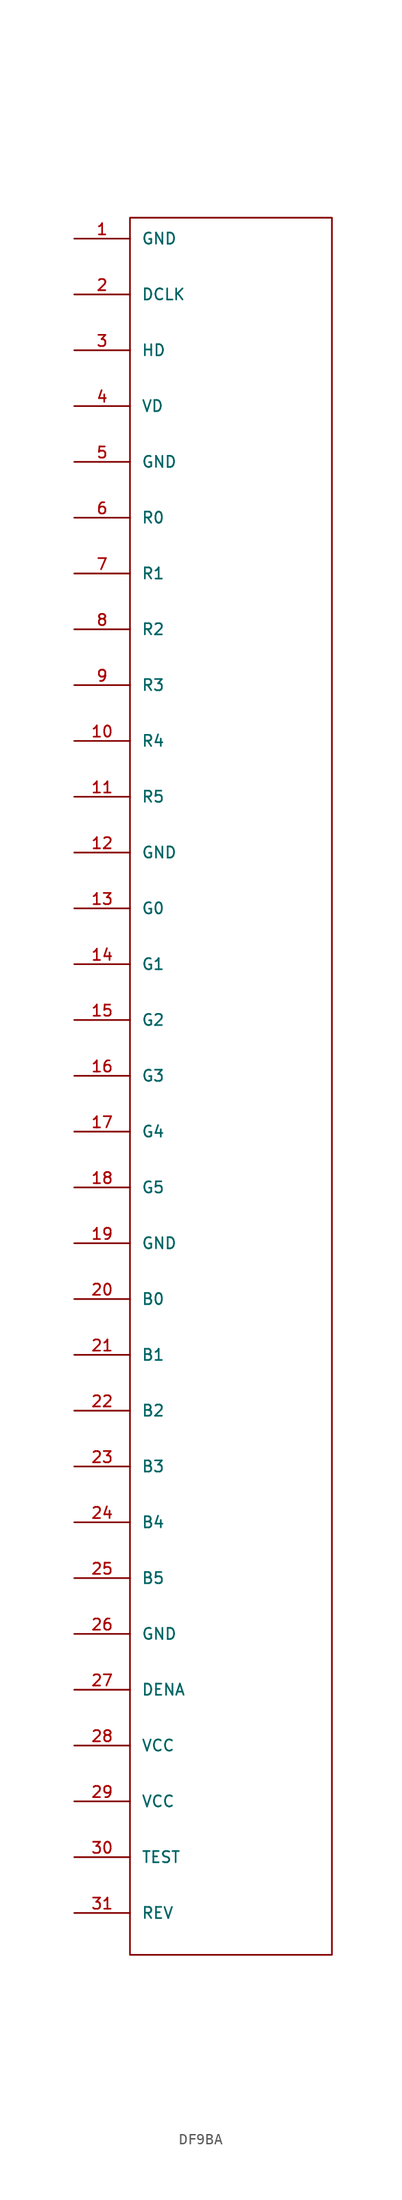
<source format=kicad_sym>
(kicad_symbol_lib
  (version 20220914)
  (generator kicad_symbol_editor)
  (symbol "DF9BA"
    (pin_names
      (offset 1.016))
    (property "Reference" "M"
      (at 8.89 -2.54 0)
      (effects (font (size 1.143 1.143)) hide))
    (symbol "DF9BA_1_1"
      (rectangle (start 0 -133.35) (end 18.415 24.765) (stroke (width 0) (type solid)) (fill (type none)))
      (pin bidirectional line (at -5.08 22.86 0) (length 5.08) (name "GND" (effects (font (size 1.016 1.016)))) (number "1" (effects (font (size 1.016 1.016)))))
      (pin bidirectional line (at -5.08 -22.86 0) (length 5.08) (name "R4" (effects (font (size 1.016 1.016)))) (number "10" (effects (font (size 1.016 1.016)))))
      (pin bidirectional line (at -5.08 -27.94 0) (length 5.08) (name "R5" (effects (font (size 1.016 1.016)))) (number "11" (effects (font (size 1.016 1.016)))))
      (pin bidirectional line (at -5.08 -33.02 0) (length 5.08) (name "GND" (effects (font (size 1.016 1.016)))) (number "12" (effects (font (size 1.016 1.016)))))
      (pin bidirectional line (at -5.08 -38.1 0) (length 5.08) (name "G0" (effects (font (size 1.016 1.016)))) (number "13" (effects (font (size 1.016 1.016)))))
      (pin bidirectional line (at -5.08 -43.18 0) (length 5.08) (name "G1" (effects (font (size 1.016 1.016)))) (number "14" (effects (font (size 1.016 1.016)))))
      (pin bidirectional line (at -5.08 -48.26 0) (length 5.08) (name "G2" (effects (font (size 1.016 1.016)))) (number "15" (effects (font (size 1.016 1.016)))))
      (pin bidirectional line (at -5.08 -53.34 0) (length 5.08) (name "G3" (effects (font (size 1.016 1.016)))) (number "16" (effects (font (size 1.016 1.016)))))
      (pin bidirectional line (at -5.08 -58.42 0) (length 5.08) (name "G4" (effects (font (size 1.016 1.016)))) (number "17" (effects (font (size 1.016 1.016)))))
      (pin bidirectional line (at -5.08 -63.5 0) (length 5.08) (name "G5" (effects (font (size 1.016 1.016)))) (number "18" (effects (font (size 1.016 1.016)))))
      (pin bidirectional line (at -5.08 -68.58 0) (length 5.08) (name "GND" (effects (font (size 1.016 1.016)))) (number "19" (effects (font (size 1.016 1.016)))))
      (pin bidirectional line (at -5.08 17.78 0) (length 5.08) (name "DCLK" (effects (font (size 1.016 1.016)))) (number "2" (effects (font (size 1.016 1.016)))))
      (pin bidirectional line (at -5.08 -73.66 0) (length 5.08) (name "B0" (effects (font (size 1.016 1.016)))) (number "20" (effects (font (size 1.016 1.016)))))
      (pin bidirectional line (at -5.08 -78.74 0) (length 5.08) (name "B1" (effects (font (size 1.016 1.016)))) (number "21" (effects (font (size 1.016 1.016)))))
      (pin bidirectional line (at -5.08 -83.82 0) (length 5.08) (name "B2" (effects (font (size 1.016 1.016)))) (number "22" (effects (font (size 1.016 1.016)))))
      (pin bidirectional line (at -5.08 -88.9 0) (length 5.08) (name "B3" (effects (font (size 1.016 1.016)))) (number "23" (effects (font (size 1.016 1.016)))))
      (pin bidirectional line (at -5.08 -93.98 0) (length 5.08) (name "B4" (effects (font (size 1.016 1.016)))) (number "24" (effects (font (size 1.016 1.016)))))
      (pin bidirectional line (at -5.08 -99.06 0) (length 5.08) (name "B5" (effects (font (size 1.016 1.016)))) (number "25" (effects (font (size 1.016 1.016)))))
      (pin bidirectional line (at -5.08 -104.14 0) (length 5.08) (name "GND" (effects (font (size 1.016 1.016)))) (number "26" (effects (font (size 1.016 1.016)))))
      (pin bidirectional line (at -5.08 -109.22 0) (length 5.08) (name "DENA" (effects (font (size 1.016 1.016)))) (number "27" (effects (font (size 1.016 1.016)))))
      (pin bidirectional line (at -5.08 -114.3 0) (length 5.08) (name "VCC" (effects (font (size 1.016 1.016)))) (number "28" (effects (font (size 1.016 1.016)))))
      (pin bidirectional line (at -5.08 -119.38 0) (length 5.08) (name "VCC" (effects (font (size 1.016 1.016)))) (number "29" (effects (font (size 1.016 1.016)))))
      (pin bidirectional line (at -5.08 12.7 0) (length 5.08) (name "HD" (effects (font (size 1.016 1.016)))) (number "3" (effects (font (size 1.016 1.016)))))
      (pin bidirectional line (at -5.08 -124.46 0) (length 5.08) (name "TEST" (effects (font (size 1.016 1.016)))) (number "30" (effects (font (size 1.016 1.016)))))
      (pin bidirectional line (at -5.08 -129.54 0) (length 5.08) (name "REV" (effects (font (size 1.016 1.016)))) (number "31" (effects (font (size 1.016 1.016)))))
      (pin bidirectional line (at -5.08 7.62 0) (length 5.08) (name "VD" (effects (font (size 1.016 1.016)))) (number "4" (effects (font (size 1.016 1.016)))))
      (pin bidirectional line (at -5.08 2.54 0) (length 5.08) (name "GND" (effects (font (size 1.016 1.016)))) (number "5" (effects (font (size 1.016 1.016)))))
      (pin bidirectional line (at -5.08 -2.54 0) (length 5.08) (name "R0" (effects (font (size 1.016 1.016)))) (number "6" (effects (font (size 1.016 1.016)))))
      (pin bidirectional line (at -5.08 -7.62 0) (length 5.08) (name "R1" (effects (font (size 1.016 1.016)))) (number "7" (effects (font (size 1.016 1.016)))))
      (pin bidirectional line (at -5.08 -12.7 0) (length 5.08) (name "R2" (effects (font (size 1.016 1.016)))) (number "8" (effects (font (size 1.016 1.016)))))
      (pin bidirectional line (at -5.08 -17.78 0) (length 5.08) (name "R3" (effects (font (size 1.016 1.016)))) (number "9" (effects (font (size 1.016 1.016))))))))
</source>
